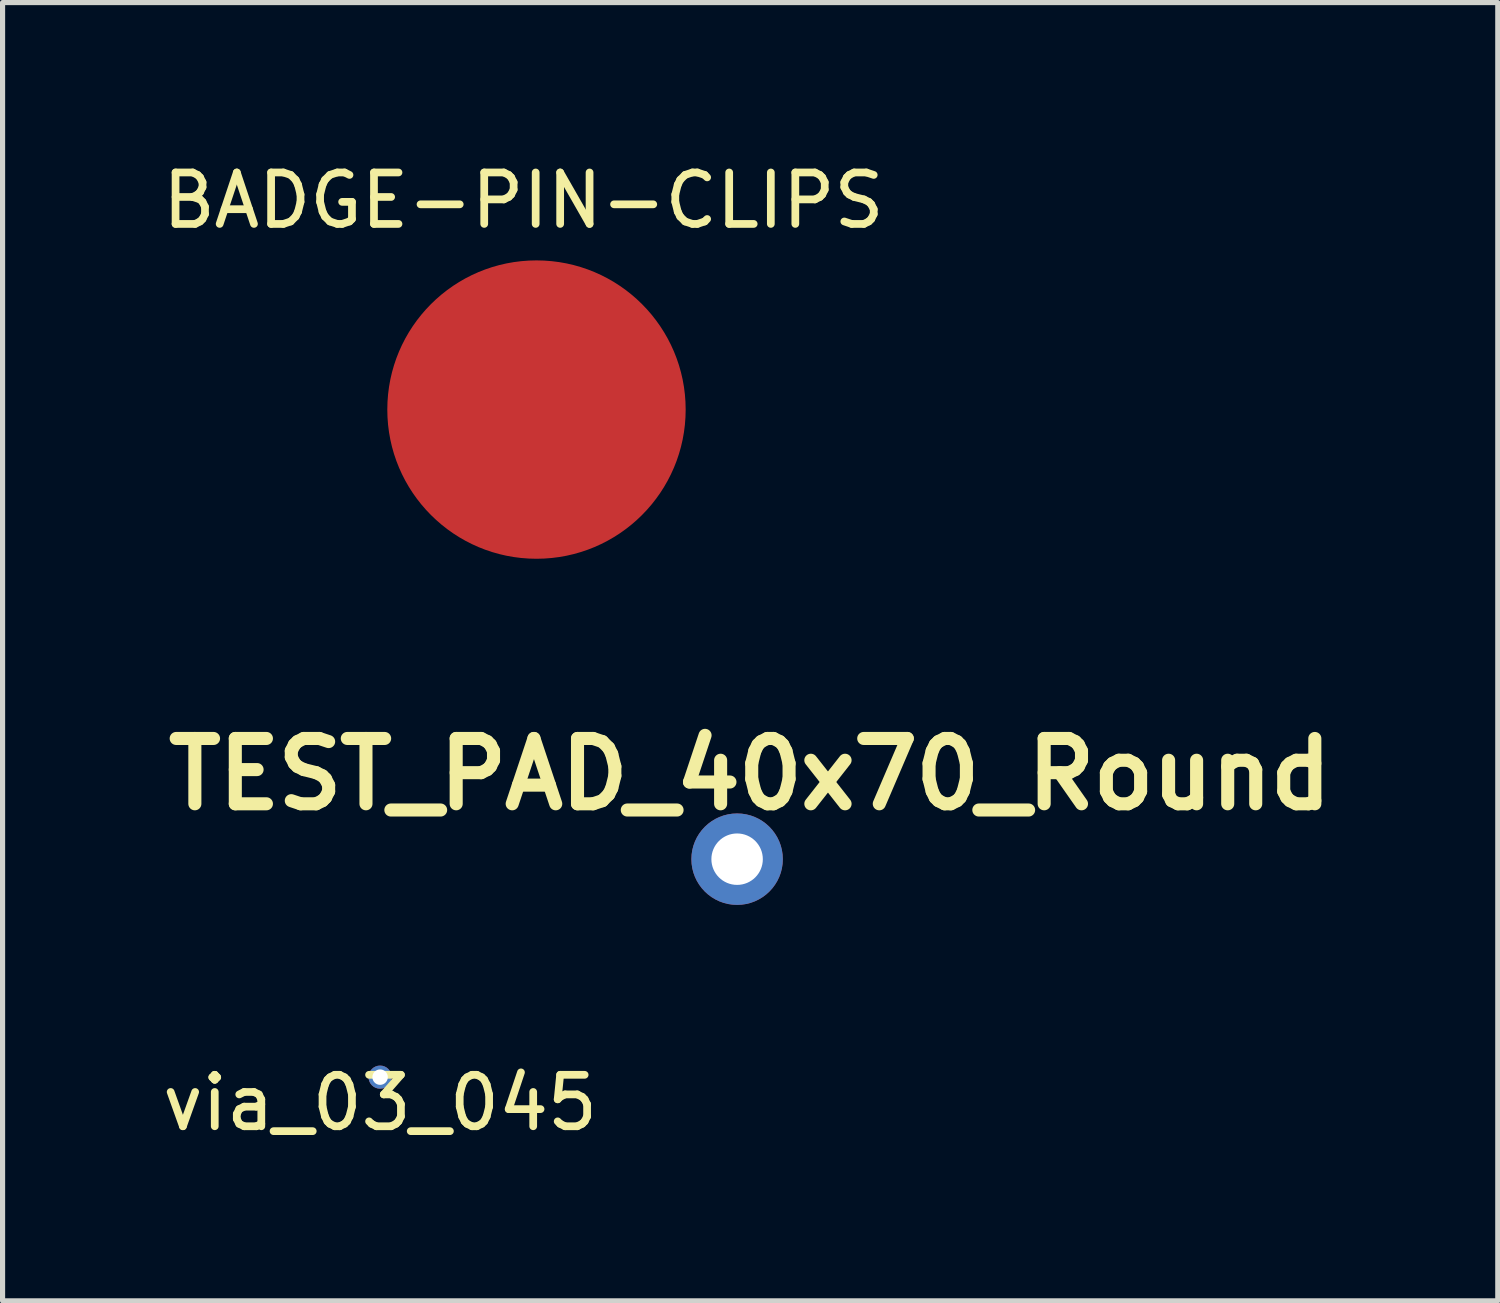
<source format=kicad_pcb>
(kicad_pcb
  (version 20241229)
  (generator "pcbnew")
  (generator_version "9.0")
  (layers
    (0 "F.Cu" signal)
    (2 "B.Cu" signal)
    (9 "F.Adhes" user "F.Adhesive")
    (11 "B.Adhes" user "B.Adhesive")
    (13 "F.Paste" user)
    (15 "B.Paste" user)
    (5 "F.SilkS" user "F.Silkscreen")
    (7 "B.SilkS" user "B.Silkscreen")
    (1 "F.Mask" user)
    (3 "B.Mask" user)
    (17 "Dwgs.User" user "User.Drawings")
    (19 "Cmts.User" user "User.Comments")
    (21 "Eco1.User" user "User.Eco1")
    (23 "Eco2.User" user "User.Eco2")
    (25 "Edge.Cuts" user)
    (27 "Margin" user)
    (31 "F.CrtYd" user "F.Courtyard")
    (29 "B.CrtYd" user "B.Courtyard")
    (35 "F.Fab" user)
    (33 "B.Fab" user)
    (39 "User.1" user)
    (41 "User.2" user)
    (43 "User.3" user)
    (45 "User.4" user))
  (footprint "via_03_045"
    (layer "F.Cu")
    (at 4.339 17.889)
    (property "Reference" "via_03_045" (at 0 0.5 0) (layer "F.SilkS") (effects (font (size 1 1) (thickness 0.15))))
    (attr through_hole)
    (pad "0" thru_hole circle (at 0 0) (size 0.45 0.45) (drill 0.3) (layers "*.Cu")))
  (footprint "TEST_PAD_40x70_Round"
    (layer "F.Cu")
    (at 11.279 13.652)
    (property "Reference" "TEST_PAD_40x70_Round" (at 0.254 -1.651 0) (layer "F.SilkS") (effects (font (size 1.27 1.27) (thickness 0.254))))
    (attr through_hole)
    (pad "1" thru_hole circle (at 0 0) (size 1.778 1.778) (drill 1) (layers "*.Cu" "*.Mask")))
  (footprint "BADGE-PIN-CLIPS"
    (layer "F.Cu")
    (at 7.379 4.912)
    (property "Reference" "BADGE-PIN-CLIPS" (at -0.254 -4.064 0) (layer "F.SilkS") (effects (font (size 1 1) (thickness 0.15))))
    (attr smd)
    (pad "1" smd circle (at 0 0) (size 5.8 5.8) (layers "F.Cu" "F.Mask" "F.Paste")))
  (gr_rect
    (start -3 -3)
    (end 26.066 22.237)
    (stroke (width 0.1) (type default))
    (fill no)
    (layer "Edge.Cuts")))
</source>
